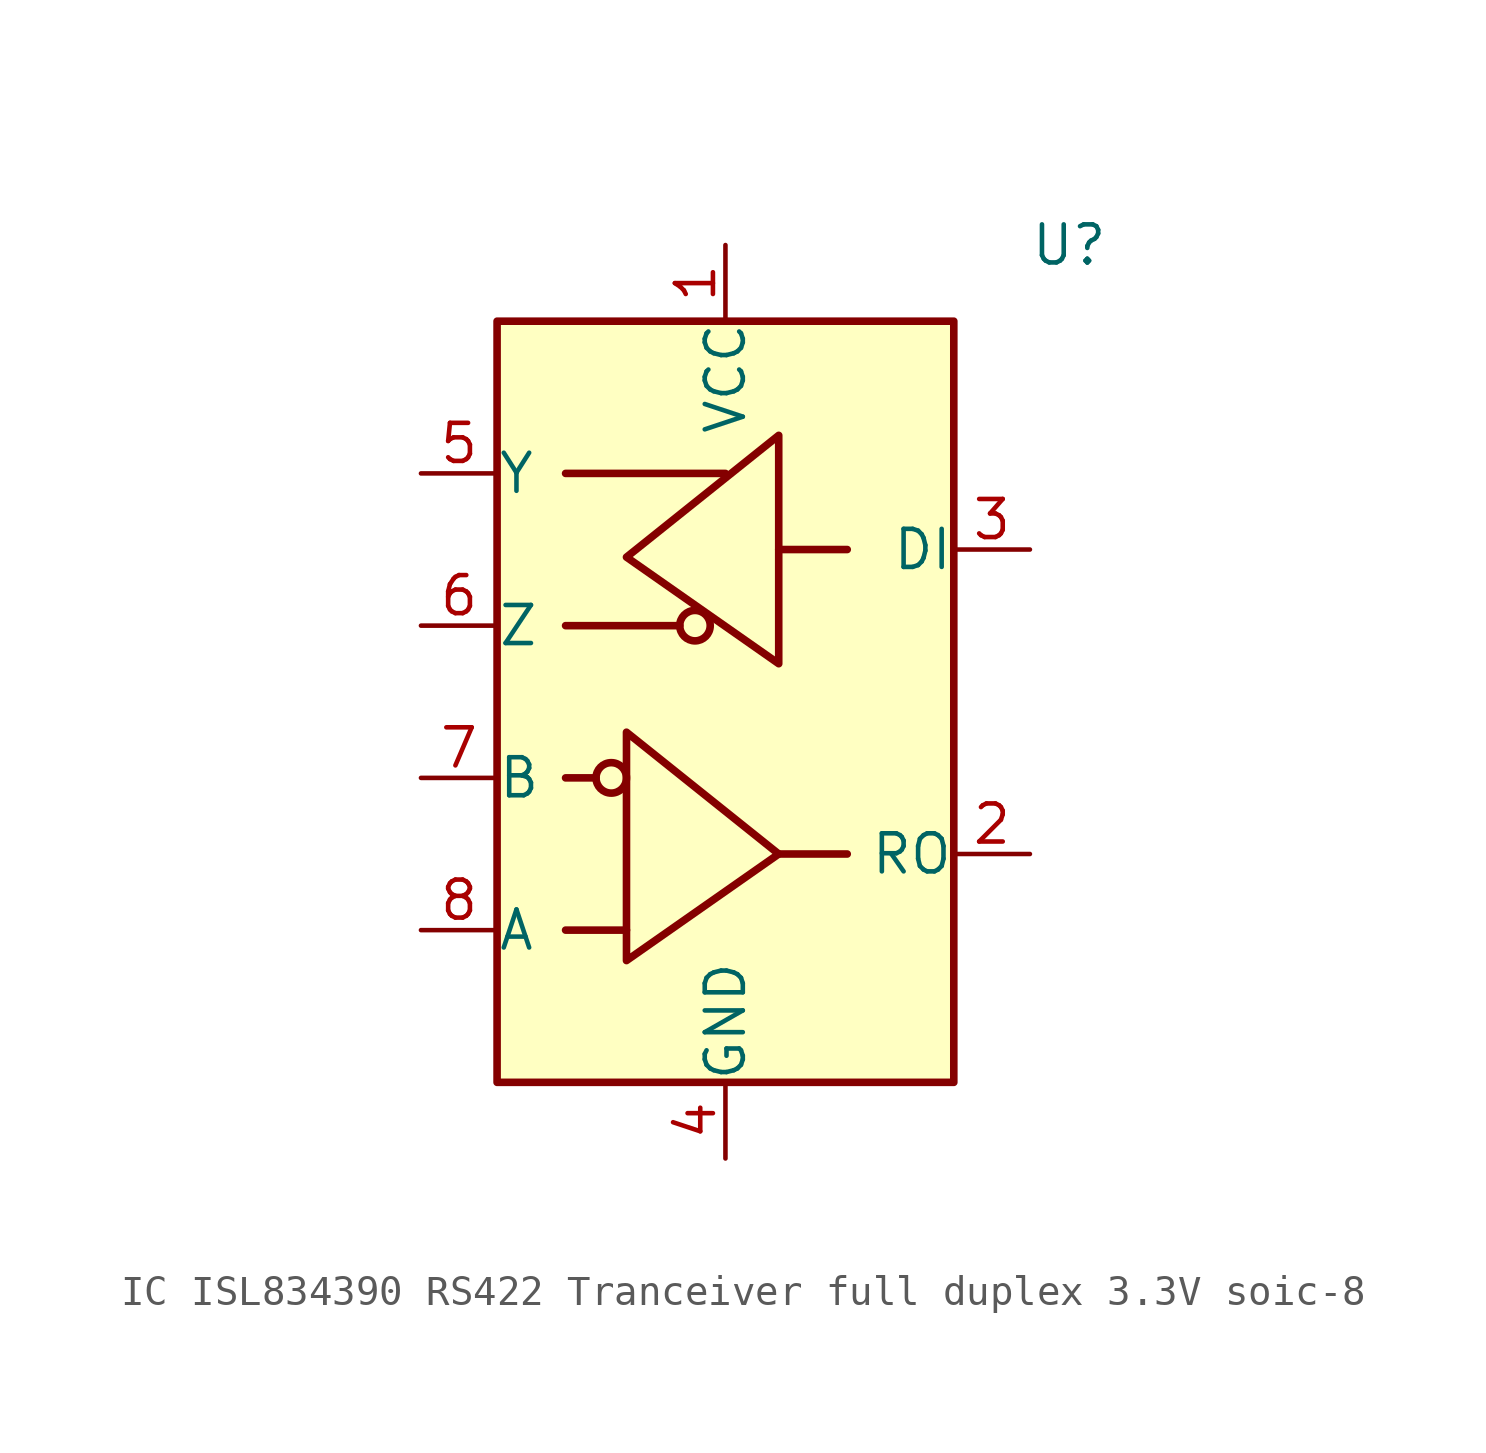
<source format=kicad_sym>
(kicad_symbol_lib
  (version 20241209)
  (generator "kicad_symbol_editor")
  (generator_version "9.0")
  (symbol "IC ISL834390 RS422 Tranceiver full duplex 3.3V soic-8"
    (pin_names
      (offset 0.002))
    (property "Reference" "U"
      (at 10.16 15.24 0)
      (effects (font (size 1.27 1.27)) (justify left)))
    (symbol "IC ISL834390 RS422 Tranceiver full duplex 3.3V soic-8_0_1"
      (rectangle (start -7.62 -12.7) (end 7.62 12.7) (stroke (width 0.254) (type default)) (fill (type background)))
      (polyline (pts (xy -4.318 -2.54) (xy -5.334 -2.54)) (stroke (width 0.254) (type default)) (fill (type none)))
      (polyline (pts (xy -3.302 -7.62) (xy -5.334 -7.62)) (stroke (width 0.254) (type default)) (fill (type none)))
      (polyline (pts (xy -1.524 2.54) (xy -5.334 2.54)) (stroke (width 0.254) (type default)) (fill (type none)))
      (circle (center -1.016 2.54) (radius 0.508) (stroke (width 0.254) (type default)) (fill (type none)))
      (polyline (pts (xy 0 7.62) (xy -5.334 7.62)) (stroke (width 0.254) (type default)) (fill (type none)))
      (polyline (pts (xy 1.778 5.08) (xy 4.064 5.08)) (stroke (width 0.254) (type default)) (fill (type none)))
      (polyline (pts (xy 1.778 5.08) (xy 1.778 1.27) (xy -3.302 4.826) (xy 1.778 8.89) (xy 1.778 5.08)) (stroke (width 0.254) (type default)) (fill (type none)))
      (polyline (pts (xy 1.778 -5.08) (xy 4.064 -5.08)) (stroke (width 0.254) (type default)) (fill (type none))))
    (symbol "IC ISL834390 RS422 Tranceiver full duplex 3.3V soic-8_1_1"
      (circle (center -3.81 -2.54) (radius 0.508) (stroke (width 0.254) (type default)) (fill (type none)))
      (polyline (pts (xy -3.302 -4.826) (xy -3.302 -8.636) (xy 1.778 -5.08) (xy -3.302 -1.016) (xy -3.302 -4.826)) (stroke (width 0.254) (type default)) (fill (type none)))
      (pin output line (at -10.16 7.62 0) (length 2.54) (name "Y" (effects (font (size 1.27 1.27)))) (number "5" (effects (font (size 1.27 1.27)))))
      (pin output line (at -10.16 2.54 0) (length 2.54) (name "Z" (effects (font (size 1.27 1.27)))) (number "6" (effects (font (size 1.27 1.27)))))
      (pin input line (at -10.16 -2.54 0) (length 2.54) (name "B" (effects (font (size 1.27 1.27)))) (number "7" (effects (font (size 1.27 1.27)))))
      (pin input line (at -10.16 -7.62 0) (length 2.54) (name "A" (effects (font (size 1.27 1.27)))) (number "8" (effects (font (size 1.27 1.27)))))
      (pin power_in line (at 0 15.24 270) (length 2.54) (name "VCC" (effects (font (size 1.27 1.27)))) (number "1" (effects (font (size 1.27 1.27)))))
      (pin power_in line (at 0 -15.24 90) (length 2.54) (name "GND" (effects (font (size 1.27 1.27)))) (number "4" (effects (font (size 1.27 1.27)))))
      (pin input line (at 10.16 5.08 180) (length 2.54) (name "DI" (effects (font (size 1.27 1.27)))) (number "3" (effects (font (size 1.27 1.27)))))
      (pin output line (at 10.16 -5.08 180) (length 2.54) (name "RO" (effects (font (size 1.27 1.27)))) (number "2" (effects (font (size 1.27 1.27))))))))
</source>
